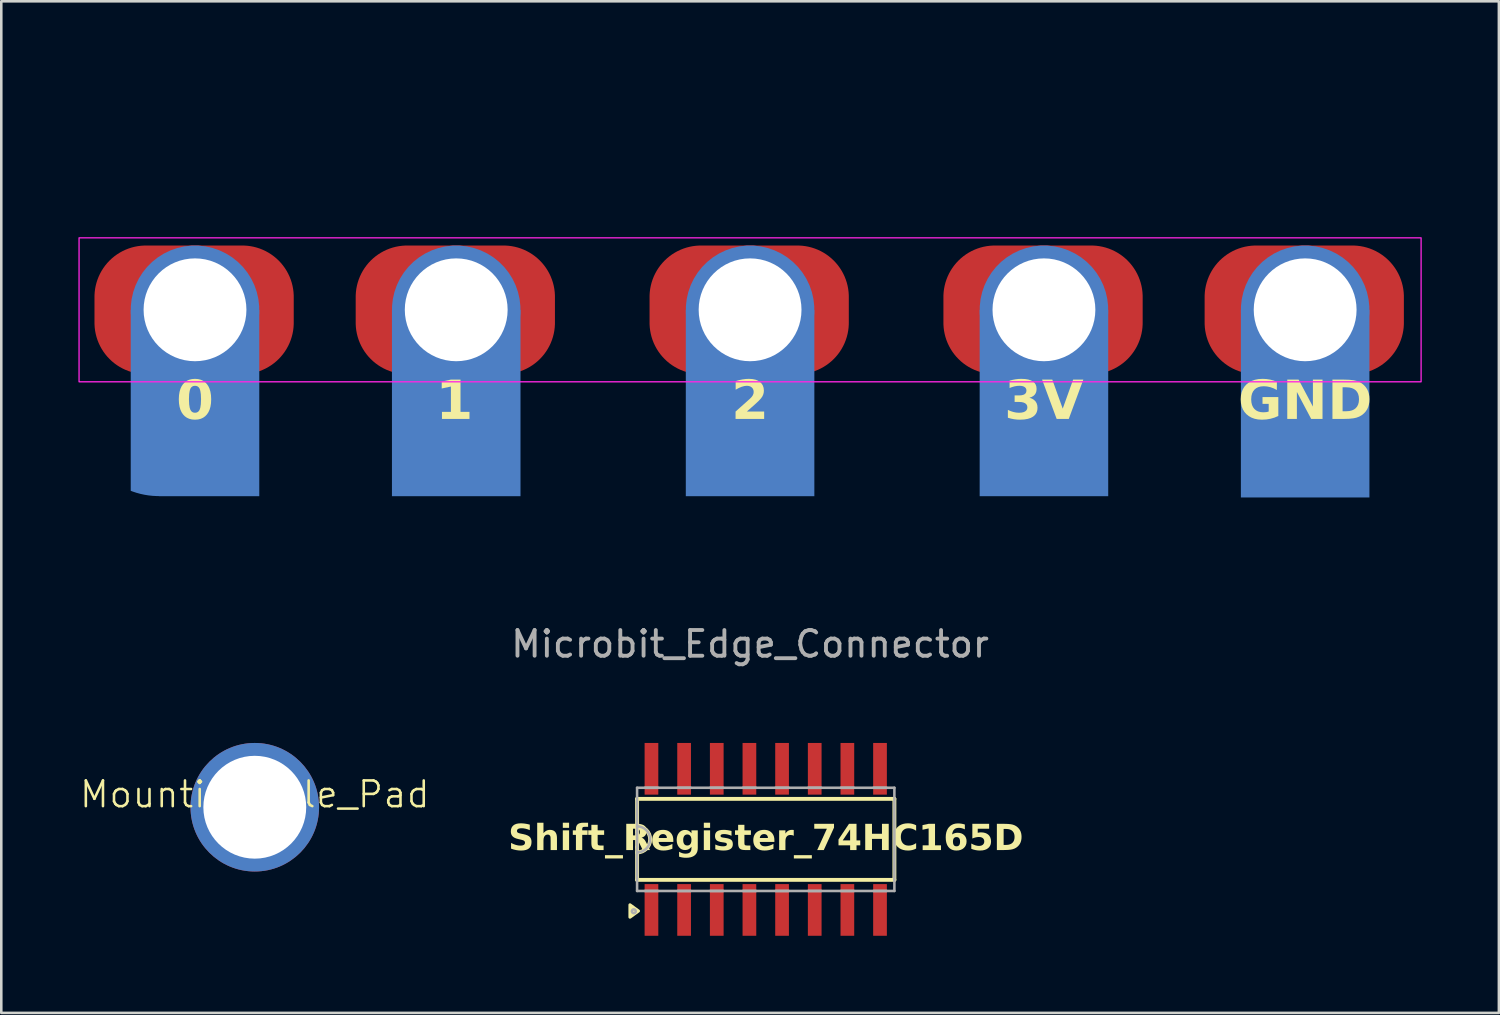
<source format=kicad_pcb>
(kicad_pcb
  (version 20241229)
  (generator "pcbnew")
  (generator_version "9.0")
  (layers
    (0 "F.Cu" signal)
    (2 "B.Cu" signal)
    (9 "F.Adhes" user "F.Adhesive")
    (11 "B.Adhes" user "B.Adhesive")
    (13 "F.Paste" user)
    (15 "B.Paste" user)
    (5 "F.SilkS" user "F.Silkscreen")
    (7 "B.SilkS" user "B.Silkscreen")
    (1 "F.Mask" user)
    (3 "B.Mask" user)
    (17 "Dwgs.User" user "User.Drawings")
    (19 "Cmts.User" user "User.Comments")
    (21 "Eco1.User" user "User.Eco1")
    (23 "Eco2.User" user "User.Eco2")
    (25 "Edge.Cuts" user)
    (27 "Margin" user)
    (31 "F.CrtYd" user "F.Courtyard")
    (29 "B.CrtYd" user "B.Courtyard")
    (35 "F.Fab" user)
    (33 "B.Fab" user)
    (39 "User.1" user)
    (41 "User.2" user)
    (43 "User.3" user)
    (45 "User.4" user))
  (footprint "Shift_Register_74HC165D"
    (layer "F.Cu")
    (at 26.738 29.598)
    (property "Reference" "Shift_Register_74HC165D" (at 0 0 0) (layer "F.SilkS") (effects (font (face "Segoe UI This") (size 1 1) (thickness 0.2) (bold yes))))
    (attr smd)
    (fp_line (start -5.008 -1.575) (end -5.008 -0.305) (stroke (width 0.152) (type solid)) (layer "F.SilkS"))
    (fp_line (start -5.008 -0.305) (end -5.008 0.305) (stroke (width 0.152) (type solid)) (layer "F.SilkS"))
    (fp_line (start -5.008 0.305) (end -5.008 1.575) (stroke (width 0.152) (type solid)) (layer "F.SilkS"))
    (fp_line (start -5.008 1.575) (end 5 1.575) (stroke (width 0.15) (type default)) (layer "F.SilkS"))
    (fp_line (start 5 -1.575) (end -5.008 -1.575) (stroke (width 0.15) (type default)) (layer "F.SilkS"))
    (fp_line (start 5 1.575) (end 5 -1.575) (stroke (width 0.152) (type solid)) (layer "F.SilkS"))
    (fp_arc (start -5.0076 -0.5076) (mid -4.5 0) (end -5.0076 0.5076) (stroke (width 0.1524) (type solid)) (layer "F.SilkS"))
    (fp_poly (pts (xy -4.955 2.786) (xy -5.285 3.026) (xy -5.285 2.546) (xy -4.955 2.786)) (stroke (width 0.12) (type solid)) (fill yes) (layer "F.SilkS"))
    (fp_line (start -5.008 -2.007) (end -5.008 -0.305) (stroke (width 0.1) (type solid)) (layer "F.Fab"))
    (fp_line (start -5.008 -0.305) (end -5.008 0.305) (stroke (width 0.1) (type solid)) (layer "F.Fab"))
    (fp_line (start -5.008 0.305) (end -5.008 2.007) (stroke (width 0.1) (type solid)) (layer "F.Fab"))
    (fp_line (start -5.008 2.007) (end 5 2.007) (stroke (width 0.1) (type solid)) (layer "F.Fab"))
    (fp_line (start -4.703 -2.007) (end -4.195 -2.007) (stroke (width 0.1) (type solid)) (layer "F.Fab"))
    (fp_line (start -4.195 2.007) (end -4.703 2.007) (stroke (width 0.1) (type solid)) (layer "F.Fab"))
    (fp_line (start -3.433 -2.007) (end -2.925 -2.007) (stroke (width 0.1) (type solid)) (layer "F.Fab"))
    (fp_line (start -2.925 2.007) (end -3.433 2.007) (stroke (width 0.1) (type solid)) (layer "F.Fab"))
    (fp_line (start -2.163 -2.007) (end -1.655 -2.007) (stroke (width 0.1) (type solid)) (layer "F.Fab"))
    (fp_line (start -1.655 2.007) (end -2.163 2.007) (stroke (width 0.1) (type solid)) (layer "F.Fab"))
    (fp_line (start -0.893 -2.007) (end -0.385 -2.007) (stroke (width 0.1) (type solid)) (layer "F.Fab"))
    (fp_line (start -0.385 2.007) (end -0.893 2.007) (stroke (width 0.1) (type solid)) (layer "F.Fab"))
    (fp_line (start 0.377 -2.007) (end 0.885 -2.007) (stroke (width 0.1) (type solid)) (layer "F.Fab"))
    (fp_line (start 0.885 2.007) (end 0.377 2.007) (stroke (width 0.1) (type solid)) (layer "F.Fab"))
    (fp_line (start 1.647 -2.007) (end 2.155 -2.007) (stroke (width 0.1) (type solid)) (layer "F.Fab"))
    (fp_line (start 2.155 2.007) (end 1.647 2.007) (stroke (width 0.1) (type solid)) (layer "F.Fab"))
    (fp_line (start 2.917 -2.007) (end 3.425 -2.007) (stroke (width 0.1) (type solid)) (layer "F.Fab"))
    (fp_line (start 3.425 2.007) (end 2.917 2.007) (stroke (width 0.1) (type solid)) (layer "F.Fab"))
    (fp_line (start 4.187 -2.007) (end 4.695 -2.007) (stroke (width 0.1) (type solid)) (layer "F.Fab"))
    (fp_line (start 4.695 2.007) (end 4.187 2.007) (stroke (width 0.1) (type solid)) (layer "F.Fab"))
    (fp_line (start 5 -2.007) (end -5.008 -2.007) (stroke (width 0.1) (type solid)) (layer "F.Fab"))
    (fp_line (start 5 2.007) (end 5 -2.007) (stroke (width 0.1) (type solid)) (layer "F.Fab"))
    (fp_arc (start -5.0076 -0.5076) (mid -4.5 0) (end -5.0076 0.5076) (stroke (width 0.1) (type solid)) (layer "F.Fab"))
    (fp_circle (center -5.135 2.796) (end -5.06 2.796) (stroke (width 0.1) (type solid)) (fill no) (layer "F.Fab"))
    (pad "1" smd rect (at -4.449 2.745 90) (size 2.01 0.533) (layers "F.Cu" "F.Mask" "F.Paste"))
    (pad "2" smd rect (at -3.179 2.745 90) (size 2.01 0.533) (layers "F.Cu" "F.Mask" "F.Paste"))
    (pad "3" smd rect (at -1.909 2.745 90) (size 2.01 0.533) (layers "F.Cu" "F.Mask" "F.Paste"))
    (pad "4" smd rect (at -0.639 2.745 90) (size 2.01 0.533) (layers "F.Cu" "F.Mask" "F.Paste"))
    (pad "5" smd rect (at 0.631 2.745 90) (size 2.01 0.533) (layers "F.Cu" "F.Mask" "F.Paste"))
    (pad "6" smd rect (at 1.901 2.745 90) (size 2.01 0.533) (layers "F.Cu" "F.Mask" "F.Paste"))
    (pad "7" smd rect (at 3.171 2.745 90) (size 2.01 0.533) (layers "F.Cu" "F.Mask" "F.Paste"))
    (pad "8" smd rect (at 4.441 2.745 90) (size 2.01 0.533) (layers "F.Cu" "F.Mask" "F.Paste"))
    (pad "9" smd rect (at 4.441 -2.745 90) (size 2.01 0.533) (layers "F.Cu" "F.Mask" "F.Paste"))
    (pad "10" smd rect (at 3.171 -2.745 90) (size 2.01 0.533) (layers "F.Cu" "F.Mask" "F.Paste"))
    (pad "11" smd rect (at 1.901 -2.745 90) (size 2.01 0.533) (layers "F.Cu" "F.Mask" "F.Paste"))
    (pad "12" smd rect (at 0.631 -2.745 90) (size 2.01 0.533) (layers "F.Cu" "F.Mask" "F.Paste"))
    (pad "13" smd rect (at -0.639 -2.745 90) (size 2.01 0.533) (layers "F.Cu" "F.Mask" "F.Paste"))
    (pad "14" smd rect (at -1.909 -2.745 90) (size 2.01 0.533) (layers "F.Cu" "F.Mask" "F.Paste"))
    (pad "15" smd rect (at -3.179 -2.745 90) (size 2.01 0.533) (layers "F.Cu" "F.Mask" "F.Paste"))
    (pad "16" smd rect (at -4.449 -2.745 90) (size 2.01 0.533) (layers "F.Cu" "F.Mask" "F.Paste")))
  (footprint "Microbit_Edge_Connector"
    (layer "F.Cu")
    (at 26.125 9)
    (property "Reference" "Microbit_Edge_Connector" (at 0 13 0) (unlocked yes) (layer "F.Fab") (effects (font (size 1 1) (thickness 0.15))))
    (fp_poly (pts (xy -23 7.25) (xy -23.168 7.248) (xy -23.503 7.21) (xy -23.831 7.135) (xy -24.149 7.024) (xy -24.452 6.878) (xy -24.737 6.699) (xy -25.001 6.489) (xy -25.239 6.251) (xy -25.449 5.987) (xy -25.628 5.702) (xy -25.774 5.399) (xy -25.885 5.081) (xy -25.96 4.753) (xy -25.998 4.418) (xy -26 4.25) (xy -26 -9) (xy 26 -9) (xy 26 4.25) (xy 25.998 4.418) (xy 25.96 4.753) (xy 25.885 5.081) (xy 25.774 5.399) (xy 25.628 5.702) (xy 25.449 5.987) (xy 25.239 6.251) (xy 25.001 6.489) (xy 24.737 6.699) (xy 24.452 6.878) (xy 24.149 7.024) (xy 23.831 7.135) (xy 23.503 7.21) (xy 23.168 7.248) (xy 23 7.25)) (stroke (width 0) (type solid)) (fill yes) (layer "B.Mask"))
    (fp_rect (start -26.1 -2.8) (end 26.1 2.8) (stroke (width 0.05) (type default)) (fill no) (layer "F.CrtYd"))
    (fp_line (start -26 -5) (end -26 4.25) (stroke (width 0.1) (type default)) (layer "User.1"))
    (fp_line (start -23 7.25) (end 23 7.25) (stroke (width 0.1) (type default)) (layer "User.1"))
    (fp_line (start 26 -5) (end -26 -5) (stroke (width 0.1) (type default)) (layer "User.1"))
    (fp_line (start 26 -5) (end 26 4.25) (stroke (width 0.1) (type default)) (layer "User.1"))
    (fp_arc (start -22.999999 7.25) (mid -25.12132 6.37132) (end -26 4.249999) (stroke (width 0.1) (type default)) (layer "User.1"))
    (fp_arc (start 26 4.25) (mid 25.12132 6.37132) (end 23 7.25) (stroke (width 0.1) (type default)) (layer "User.1"))
    (fp_text user "3V" (at 11.43 4.5 0) (unlocked yes) (layer "F.SilkS") (effects (font (face "Segoe UI This") (size 1.5 1.5) (thickness 0.2) (bold yes)) (justify bottom)))
    (fp_text user "2" (at 0 4.5 0) (unlocked yes) (layer "F.SilkS") (effects (font (face "Segoe UI This") (size 1.5 1.5) (thickness 0.2) (bold yes)) (justify bottom)))
    (fp_text user "0" (at -21.59 4.5 0) (unlocked yes) (layer "F.SilkS") (effects (font (face "Segoe UI This") (size 1.5 1.5) (thickness 0.2) (bold yes)) (justify bottom)))
    (fp_text user "1" (at -11.5 4.5 0) (unlocked yes) (layer "F.SilkS") (effects (font (face "Segoe UI This") (size 1.5 1.5) (thickness 0.2) (bold yes)) (justify bottom)))
    (fp_text user "GND" (at 21.59 4.5 0) (unlocked yes) (layer "F.SilkS") (effects (font (face "Segoe UI This") (size 1.5 1.5) (thickness 0.2) (bold yes)) (justify bottom)))
    (pad "1" smd custom (at -21.59 0) (size 1 1) (layers "F.Cu" "F.Mask") (options (anchor circle)) (primitives (gr_poly (pts (arc (start 1.84 2.5) (mid 3.254214 1.914214) (end 3.84 0.5)) (arc (start 3.84 -0.5) (mid 3.254214 -1.914214) (end 1.84 -2.5)) (arc (start -1.91 -2.5) (mid -3.324214 -1.914214) (end -3.91 -0.5)) (arc (start -3.91 0.5) (mid -3.324214 1.914214) (end -1.91 2.5))) (width 0) (fill yes))))
    (pad "1" thru_hole custom (at -21.59 0) (size 5 5) (drill 4) (layers "*.Cu") (remove_unused_layers yes) (keep_end_layers yes) (zone_layer_connections) (options (anchor circle)) (primitives))
    (pad "1" smd custom (at -21.49 0) (size 1 1) (layers "B.Cu") (options (anchor circle)) (primitives (gr_poly (pts (xy -1.51 7.25) (arc (start -1.509995 7.245363) (mid -2.064589 7.193574) (end -2.6 7.039999)) (xy -2.6 0) (xy 2.4 0) (xy 2.4 7.25)) (width 0) (fill yes))))
    (pad "2" smd custom (at -11.43 0) (size 1 1) (layers "F.Cu" "F.Mask") (options (anchor circle)) (primitives (gr_poly (pts (arc (start 1.84 2.5) (mid 3.254214 1.914214) (end 3.84 0.5)) (arc (start 3.84 -0.5) (mid 3.254214 -1.914214) (end 1.84 -2.5)) (arc (start -1.91 -2.5) (mid -3.324214 -1.914214) (end -3.91 -0.5)) (arc (start -3.91 0.5) (mid -3.324214 1.914214) (end -1.91 2.5))) (width 0) (fill yes))))
    (pad "2" smd custom (at -11.43 0) (size 1 1) (layers "B.Cu") (options (anchor circle)) (primitives (gr_poly (pts (xy 2.5 7.25) (xy 2.5 0) (xy -2.5 0) (xy -2.5 7.25)) (width 0) (fill yes))))
    (pad "2" thru_hole custom (at -11.43 0) (size 5 5) (drill 4) (layers "*.Cu") (options (anchor circle)) (primitives))
    (pad "3" smd custom (at 0 0) (size 1 1) (layers "F.Cu" "F.Mask") (options (anchor circle)) (primitives (gr_poly (pts (arc (start 1.84 2.5) (mid 3.254214 1.914214) (end 3.84 0.5)) (arc (start 3.84 -0.5) (mid 3.254214 -1.914214) (end 1.84 -2.5)) (arc (start -1.91 -2.5) (mid -3.324214 -1.914214) (end -3.91 -0.5)) (arc (start -3.91 0.5) (mid -3.324214 1.914214) (end -1.91 2.5))) (width 0) (fill yes))))
    (pad "3" smd custom (at 0 0) (size 1 1) (layers "B.Cu") (options (anchor circle)) (primitives (gr_poly (pts (xy 2.5 7.25) (xy 2.5 0) (xy -2.5 0) (xy -2.5 7.25)) (width 0) (fill yes))))
    (pad "3" thru_hole custom (at 0 0) (size 5 5) (drill 4) (layers "*.Cu") (options (anchor circle)) (primitives))
    (pad "4" smd custom (at 11.4 3.5) (size 1 1) (layers "B.Cu") (options (anchor circle)) (primitives (gr_poly (pts (xy 2.53 3.75) (xy 2.53 -3.5) (xy -2.47 -3.5) (xy -2.47 3.75)) (width 0) (fill yes))))
    (pad "4" smd custom (at 11.43 0) (size 1 1) (layers "F.Cu" "F.Mask") (options (anchor circle)) (primitives (gr_poly (pts (arc (start 1.84 2.5) (mid 3.254214 1.914214) (end 3.84 0.5)) (arc (start 3.84 -0.5) (mid 3.254214 -1.914214) (end 1.84 -2.5)) (arc (start -1.91 -2.5) (mid -3.324214 -1.914214) (end -3.91 -0.5)) (arc (start -3.91 0.5) (mid -3.324214 1.914214) (end -1.91 2.5))) (width 0) (fill yes))))
    (pad "4" thru_hole custom (at 11.43 0) (size 5 5) (drill 4) (layers "*.Cu") (options (anchor circle)) (primitives))
    (pad "5" smd custom (at 21.49 0) (size 1 1) (layers "B.Cu") (options (anchor circle)) (primitives (gr_poly (pts (xy 2.6 7.3) (xy 2.6 0) (xy -2.4 0) (xy -2.4 7.3)) (width 0) (fill yes))))
    (pad "5" smd custom (at 21.59 0) (size 1 1) (layers "F.Cu" "F.Mask") (options (anchor circle)) (primitives (gr_poly (pts (arc (start 1.84 2.5) (mid 3.254214 1.914214) (end 3.84 0.5)) (arc (start 3.84 -0.5) (mid 3.254214 -1.914214) (end 1.84 -2.5)) (arc (start -1.91 -2.5) (mid -3.324214 -1.914214) (end -3.91 -0.5)) (arc (start -3.91 0.5) (mid -3.324214 1.914214) (end -1.91 2.5))) (width 0) (fill yes))))
    (pad "5" thru_hole custom (at 21.59 0) (size 5 5) (drill 4) (layers "*.Cu") (options (anchor circle)) (primitives))
    (zone (net_name "") (layer "B.Cu") (name "Zone fill keepout") (hatch full 0.5) (connect_pads) (min_thickness 0.25) (filled_areas_thickness no) (keepout (tracks allowed) (vias not_allowed) (pads allowed) (copperpour not_allowed) (footprints allowed)) (placement (enabled no)) (fill) (polygon (pts (xy 3.125 16.25) (xy 2.957 16.248) (xy 2.622 16.21) (xy 2.294 16.135) (xy 1.976 16.024) (xy 1.673 15.878) (xy 1.388 15.699) (xy 1.124 15.489) (xy 0.886 15.251) (xy 0.676 14.987) (xy 0.497 14.702) (xy 0.351 14.399) (xy 0.24 14.081) (xy 0.165 13.753) (xy 0.127 13.418) (xy 0.125 13.25) (xy 0.125 0) (xy 52.125 0) (xy 52.125 13.25) (xy 52.123 13.418) (xy 52.085 13.753) (xy 52.01 14.081) (xy 51.899 14.399) (xy 51.753 14.702) (xy 51.574 14.987) (xy 51.364 15.251) (xy 51.126 15.489) (xy 50.862 15.699) (xy 50.577 15.878) (xy 50.274 16.024) (xy 49.956 16.135) (xy 49.628 16.21) (xy 49.293 16.248) (xy 49.125 16.25)))))
  (footprint "MountingHole_Pad"
    (layer "F.Cu")
    (at 6.86 28.348)
    (property "Reference" "MountingHole_Pad" (at 0 -0.5 0) (unlocked yes) (layer "F.SilkS") (effects (font (size 1 1) (thickness 0.1))))
    (attr through_hole)
    (pad "1" thru_hole circle (at 0 0) (size 5 5) (drill 4) (layers "*.Cu" "*.Mask")))
  (gr_rect
    (start -3 -3)
    (end 55.25 36.348)
    (stroke (width 0.1) (type default))
    (fill no)
    (layer "Edge.Cuts")))
</source>
